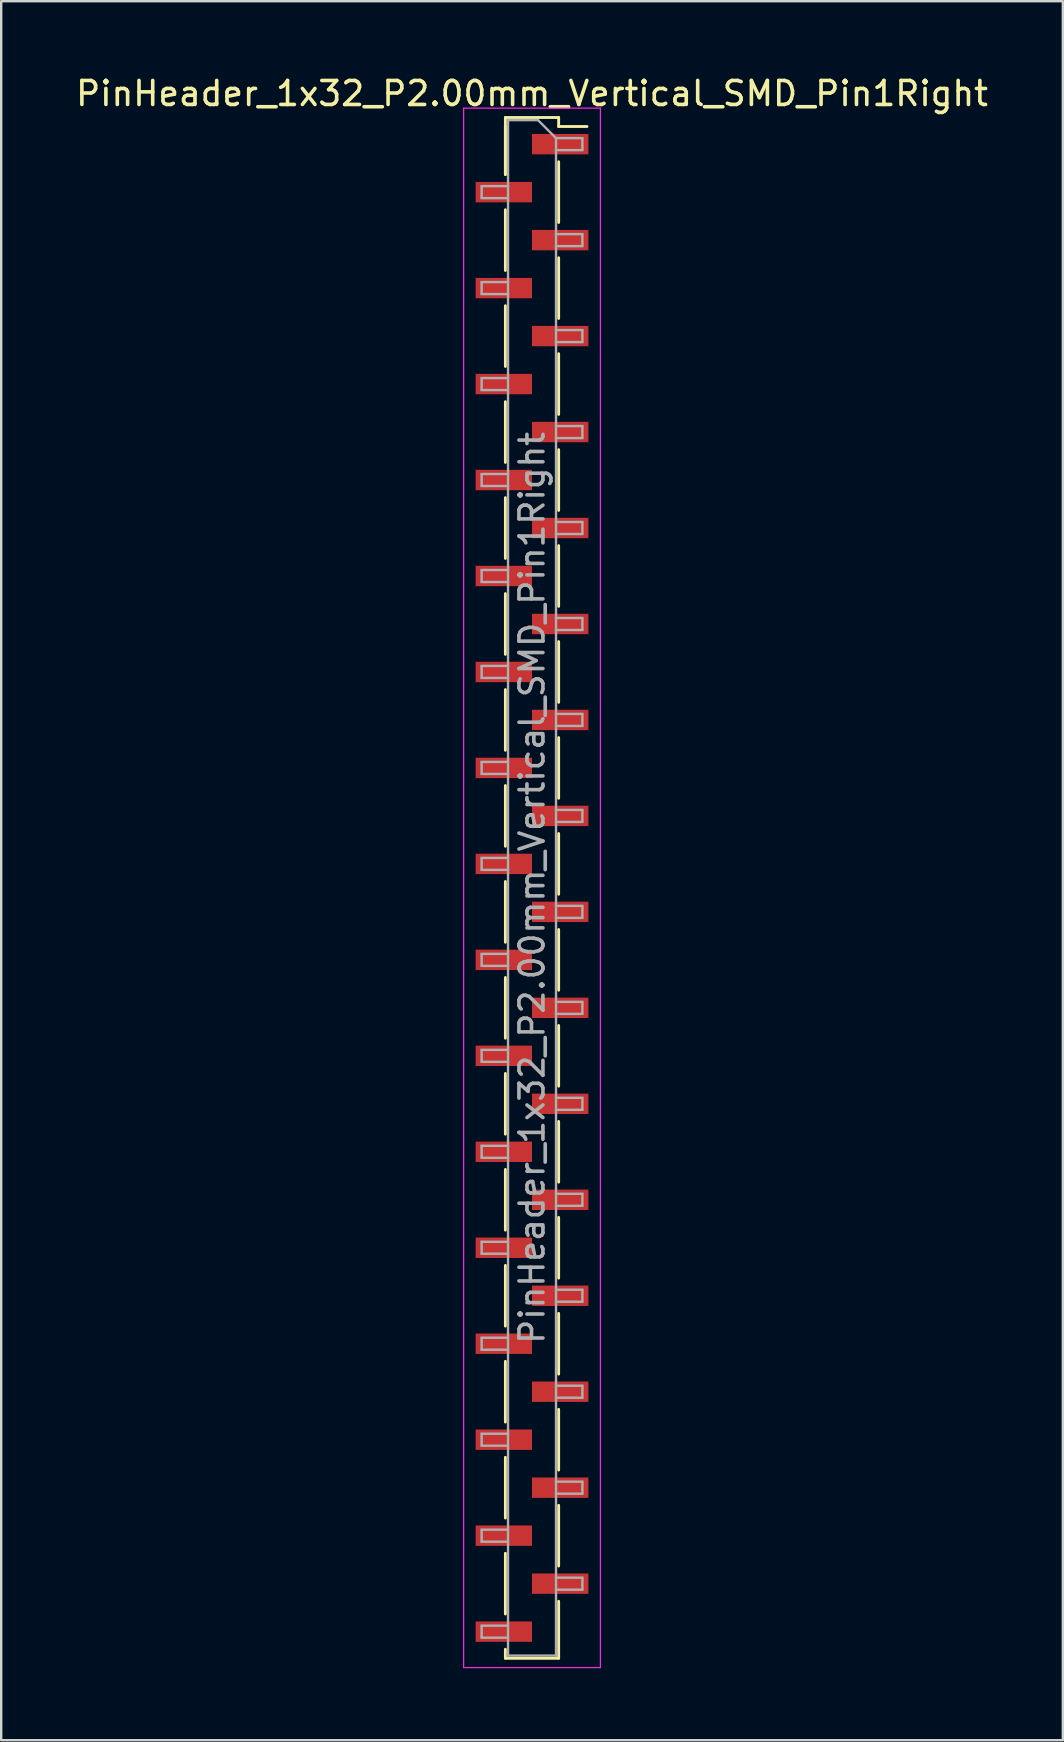
<source format=kicad_pcb>
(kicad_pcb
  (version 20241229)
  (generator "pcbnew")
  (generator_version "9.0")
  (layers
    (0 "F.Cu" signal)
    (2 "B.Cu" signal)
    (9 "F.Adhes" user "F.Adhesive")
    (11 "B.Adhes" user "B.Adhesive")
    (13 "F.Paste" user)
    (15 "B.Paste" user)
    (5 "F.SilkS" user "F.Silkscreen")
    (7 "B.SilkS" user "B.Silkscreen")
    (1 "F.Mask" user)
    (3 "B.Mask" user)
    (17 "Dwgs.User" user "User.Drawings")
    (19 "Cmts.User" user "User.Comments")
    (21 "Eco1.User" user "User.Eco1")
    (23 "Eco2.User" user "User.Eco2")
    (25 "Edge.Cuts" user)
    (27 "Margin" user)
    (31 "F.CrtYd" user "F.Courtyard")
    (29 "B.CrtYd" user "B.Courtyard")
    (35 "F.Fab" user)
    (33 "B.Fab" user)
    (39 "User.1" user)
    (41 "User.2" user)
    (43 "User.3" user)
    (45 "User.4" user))
  (footprint "PinHeader_1x32_P2.00mm_Vertical_SMD_Pin1Right"
    (layer "F.Cu")
    (at 19.125 33.958)
    (property "Reference" "PinHeader_1x32_P2.00mm_Vertical_SMD_Pin1Right" (at 0 -33.11 0) (layer "F.SilkS") (effects (font (size 1 1) (thickness 0.15))))
    (attr smd)
    (fp_line (start -1.11 -32.11) (end -1.11 -29.735) (stroke (width 0.12) (type solid)) (layer "F.SilkS"))
    (fp_line (start -1.11 -32.11) (end 1.11 -32.11) (stroke (width 0.12) (type solid)) (layer "F.SilkS"))
    (fp_line (start -1.11 -31.735) (end -1.11 -29.735) (stroke (width 0.12) (type solid)) (layer "F.SilkS"))
    (fp_line (start -1.11 -28.265) (end -1.11 -25.735) (stroke (width 0.12) (type solid)) (layer "F.SilkS"))
    (fp_line (start -1.11 -24.265) (end -1.11 -21.735) (stroke (width 0.12) (type solid)) (layer "F.SilkS"))
    (fp_line (start -1.11 -20.265) (end -1.11 -17.735) (stroke (width 0.12) (type solid)) (layer "F.SilkS"))
    (fp_line (start -1.11 -16.265) (end -1.11 -13.735) (stroke (width 0.12) (type solid)) (layer "F.SilkS"))
    (fp_line (start -1.11 -12.265) (end -1.11 -9.735) (stroke (width 0.12) (type solid)) (layer "F.SilkS"))
    (fp_line (start -1.11 -8.265) (end -1.11 -5.735) (stroke (width 0.12) (type solid)) (layer "F.SilkS"))
    (fp_line (start -1.11 -4.265) (end -1.11 -1.735) (stroke (width 0.12) (type solid)) (layer "F.SilkS"))
    (fp_line (start -1.11 -0.265) (end -1.11 2.265) (stroke (width 0.12) (type solid)) (layer "F.SilkS"))
    (fp_line (start -1.11 3.735) (end -1.11 6.265) (stroke (width 0.12) (type solid)) (layer "F.SilkS"))
    (fp_line (start -1.11 7.735) (end -1.11 10.265) (stroke (width 0.12) (type solid)) (layer "F.SilkS"))
    (fp_line (start -1.11 11.735) (end -1.11 14.265) (stroke (width 0.12) (type solid)) (layer "F.SilkS"))
    (fp_line (start -1.11 15.735) (end -1.11 18.265) (stroke (width 0.12) (type solid)) (layer "F.SilkS"))
    (fp_line (start -1.11 19.735) (end -1.11 22.265) (stroke (width 0.12) (type solid)) (layer "F.SilkS"))
    (fp_line (start -1.11 23.735) (end -1.11 26.265) (stroke (width 0.12) (type solid)) (layer "F.SilkS"))
    (fp_line (start -1.11 27.735) (end -1.11 30.265) (stroke (width 0.12) (type solid)) (layer "F.SilkS"))
    (fp_line (start -1.11 31.735) (end -1.11 32.11) (stroke (width 0.12) (type solid)) (layer "F.SilkS"))
    (fp_line (start -1.11 32.11) (end 1.11 32.11) (stroke (width 0.12) (type solid)) (layer "F.SilkS"))
    (fp_line (start 1.11 -32.11) (end 1.11 -31.735) (stroke (width 0.12) (type solid)) (layer "F.SilkS"))
    (fp_line (start 1.11 -31.735) (end 2.29 -31.735) (stroke (width 0.12) (type solid)) (layer "F.SilkS"))
    (fp_line (start 1.11 -30.265) (end 1.11 -27.735) (stroke (width 0.12) (type solid)) (layer "F.SilkS"))
    (fp_line (start 1.11 -26.265) (end 1.11 -23.735) (stroke (width 0.12) (type solid)) (layer "F.SilkS"))
    (fp_line (start 1.11 -22.265) (end 1.11 -19.735) (stroke (width 0.12) (type solid)) (layer "F.SilkS"))
    (fp_line (start 1.11 -18.265) (end 1.11 -15.735) (stroke (width 0.12) (type solid)) (layer "F.SilkS"))
    (fp_line (start 1.11 -14.265) (end 1.11 -11.735) (stroke (width 0.12) (type solid)) (layer "F.SilkS"))
    (fp_line (start 1.11 -10.265) (end 1.11 -7.735) (stroke (width 0.12) (type solid)) (layer "F.SilkS"))
    (fp_line (start 1.11 -6.265) (end 1.11 -3.735) (stroke (width 0.12) (type solid)) (layer "F.SilkS"))
    (fp_line (start 1.11 -2.265) (end 1.11 0.265) (stroke (width 0.12) (type solid)) (layer "F.SilkS"))
    (fp_line (start 1.11 1.735) (end 1.11 4.265) (stroke (width 0.12) (type solid)) (layer "F.SilkS"))
    (fp_line (start 1.11 5.735) (end 1.11 8.265) (stroke (width 0.12) (type solid)) (layer "F.SilkS"))
    (fp_line (start 1.11 9.735) (end 1.11 12.265) (stroke (width 0.12) (type solid)) (layer "F.SilkS"))
    (fp_line (start 1.11 13.735) (end 1.11 16.265) (stroke (width 0.12) (type solid)) (layer "F.SilkS"))
    (fp_line (start 1.11 17.735) (end 1.11 20.265) (stroke (width 0.12) (type solid)) (layer "F.SilkS"))
    (fp_line (start 1.11 21.735) (end 1.11 24.265) (stroke (width 0.12) (type solid)) (layer "F.SilkS"))
    (fp_line (start 1.11 25.735) (end 1.11 28.265) (stroke (width 0.12) (type solid)) (layer "F.SilkS"))
    (fp_line (start 1.11 29.735) (end 1.11 32.11) (stroke (width 0.12) (type solid)) (layer "F.SilkS"))
    (fp_line (start -2.85 -32.5) (end -2.85 32.5) (stroke (width 0.05) (type solid)) (layer "F.CrtYd"))
    (fp_line (start -2.85 32.5) (end 2.85 32.5) (stroke (width 0.05) (type solid)) (layer "F.CrtYd"))
    (fp_line (start 2.85 -32.5) (end -2.85 -32.5) (stroke (width 0.05) (type solid)) (layer "F.CrtYd"))
    (fp_line (start 2.85 32.5) (end 2.85 -32.5) (stroke (width 0.05) (type solid)) (layer "F.CrtYd"))
    (fp_line (start -2.1 -29.25) (end -2.1 -28.75) (stroke (width 0.1) (type solid)) (layer "F.Fab"))
    (fp_line (start -2.1 -28.75) (end -1 -28.75) (stroke (width 0.1) (type solid)) (layer "F.Fab"))
    (fp_line (start -2.1 -25.25) (end -2.1 -24.75) (stroke (width 0.1) (type solid)) (layer "F.Fab"))
    (fp_line (start -2.1 -24.75) (end -1 -24.75) (stroke (width 0.1) (type solid)) (layer "F.Fab"))
    (fp_line (start -2.1 -21.25) (end -2.1 -20.75) (stroke (width 0.1) (type solid)) (layer "F.Fab"))
    (fp_line (start -2.1 -20.75) (end -1 -20.75) (stroke (width 0.1) (type solid)) (layer "F.Fab"))
    (fp_line (start -2.1 -17.25) (end -2.1 -16.75) (stroke (width 0.1) (type solid)) (layer "F.Fab"))
    (fp_line (start -2.1 -16.75) (end -1 -16.75) (stroke (width 0.1) (type solid)) (layer "F.Fab"))
    (fp_line (start -2.1 -13.25) (end -2.1 -12.75) (stroke (width 0.1) (type solid)) (layer "F.Fab"))
    (fp_line (start -2.1 -12.75) (end -1 -12.75) (stroke (width 0.1) (type solid)) (layer "F.Fab"))
    (fp_line (start -2.1 -9.25) (end -2.1 -8.75) (stroke (width 0.1) (type solid)) (layer "F.Fab"))
    (fp_line (start -2.1 -8.75) (end -1 -8.75) (stroke (width 0.1) (type solid)) (layer "F.Fab"))
    (fp_line (start -2.1 -5.25) (end -2.1 -4.75) (stroke (width 0.1) (type solid)) (layer "F.Fab"))
    (fp_line (start -2.1 -4.75) (end -1 -4.75) (stroke (width 0.1) (type solid)) (layer "F.Fab"))
    (fp_line (start -2.1 -1.25) (end -2.1 -0.75) (stroke (width 0.1) (type solid)) (layer "F.Fab"))
    (fp_line (start -2.1 -0.75) (end -1 -0.75) (stroke (width 0.1) (type solid)) (layer "F.Fab"))
    (fp_line (start -2.1 2.75) (end -2.1 3.25) (stroke (width 0.1) (type solid)) (layer "F.Fab"))
    (fp_line (start -2.1 3.25) (end -1 3.25) (stroke (width 0.1) (type solid)) (layer "F.Fab"))
    (fp_line (start -2.1 6.75) (end -2.1 7.25) (stroke (width 0.1) (type solid)) (layer "F.Fab"))
    (fp_line (start -2.1 7.25) (end -1 7.25) (stroke (width 0.1) (type solid)) (layer "F.Fab"))
    (fp_line (start -2.1 10.75) (end -2.1 11.25) (stroke (width 0.1) (type solid)) (layer "F.Fab"))
    (fp_line (start -2.1 11.25) (end -1 11.25) (stroke (width 0.1) (type solid)) (layer "F.Fab"))
    (fp_line (start -2.1 14.75) (end -2.1 15.25) (stroke (width 0.1) (type solid)) (layer "F.Fab"))
    (fp_line (start -2.1 15.25) (end -1 15.25) (stroke (width 0.1) (type solid)) (layer "F.Fab"))
    (fp_line (start -2.1 18.75) (end -2.1 19.25) (stroke (width 0.1) (type solid)) (layer "F.Fab"))
    (fp_line (start -2.1 19.25) (end -1 19.25) (stroke (width 0.1) (type solid)) (layer "F.Fab"))
    (fp_line (start -2.1 22.75) (end -2.1 23.25) (stroke (width 0.1) (type solid)) (layer "F.Fab"))
    (fp_line (start -2.1 23.25) (end -1 23.25) (stroke (width 0.1) (type solid)) (layer "F.Fab"))
    (fp_line (start -2.1 26.75) (end -2.1 27.25) (stroke (width 0.1) (type solid)) (layer "F.Fab"))
    (fp_line (start -2.1 27.25) (end -1 27.25) (stroke (width 0.1) (type solid)) (layer "F.Fab"))
    (fp_line (start -2.1 30.75) (end -2.1 31.25) (stroke (width 0.1) (type solid)) (layer "F.Fab"))
    (fp_line (start -2.1 31.25) (end -1 31.25) (stroke (width 0.1) (type solid)) (layer "F.Fab"))
    (fp_line (start -1 -32) (end -1 32) (stroke (width 0.1) (type solid)) (layer "F.Fab"))
    (fp_line (start -1 -32) (end 0.25 -32) (stroke (width 0.1) (type solid)) (layer "F.Fab"))
    (fp_line (start -1 -29.25) (end -2.1 -29.25) (stroke (width 0.1) (type solid)) (layer "F.Fab"))
    (fp_line (start -1 -25.25) (end -2.1 -25.25) (stroke (width 0.1) (type solid)) (layer "F.Fab"))
    (fp_line (start -1 -21.25) (end -2.1 -21.25) (stroke (width 0.1) (type solid)) (layer "F.Fab"))
    (fp_line (start -1 -17.25) (end -2.1 -17.25) (stroke (width 0.1) (type solid)) (layer "F.Fab"))
    (fp_line (start -1 -13.25) (end -2.1 -13.25) (stroke (width 0.1) (type solid)) (layer "F.Fab"))
    (fp_line (start -1 -9.25) (end -2.1 -9.25) (stroke (width 0.1) (type solid)) (layer "F.Fab"))
    (fp_line (start -1 -5.25) (end -2.1 -5.25) (stroke (width 0.1) (type solid)) (layer "F.Fab"))
    (fp_line (start -1 -1.25) (end -2.1 -1.25) (stroke (width 0.1) (type solid)) (layer "F.Fab"))
    (fp_line (start -1 2.75) (end -2.1 2.75) (stroke (width 0.1) (type solid)) (layer "F.Fab"))
    (fp_line (start -1 6.75) (end -2.1 6.75) (stroke (width 0.1) (type solid)) (layer "F.Fab"))
    (fp_line (start -1 10.75) (end -2.1 10.75) (stroke (width 0.1) (type solid)) (layer "F.Fab"))
    (fp_line (start -1 14.75) (end -2.1 14.75) (stroke (width 0.1) (type solid)) (layer "F.Fab"))
    (fp_line (start -1 18.75) (end -2.1 18.75) (stroke (width 0.1) (type solid)) (layer "F.Fab"))
    (fp_line (start -1 22.75) (end -2.1 22.75) (stroke (width 0.1) (type solid)) (layer "F.Fab"))
    (fp_line (start -1 26.75) (end -2.1 26.75) (stroke (width 0.1) (type solid)) (layer "F.Fab"))
    (fp_line (start -1 30.75) (end -2.1 30.75) (stroke (width 0.1) (type solid)) (layer "F.Fab"))
    (fp_line (start 1 -31.25) (end 0.25 -32) (stroke (width 0.1) (type solid)) (layer "F.Fab"))
    (fp_line (start 1 -31.25) (end 2.1 -31.25) (stroke (width 0.1) (type solid)) (layer "F.Fab"))
    (fp_line (start 1 -27.25) (end 2.1 -27.25) (stroke (width 0.1) (type solid)) (layer "F.Fab"))
    (fp_line (start 1 -23.25) (end 2.1 -23.25) (stroke (width 0.1) (type solid)) (layer "F.Fab"))
    (fp_line (start 1 -19.25) (end 2.1 -19.25) (stroke (width 0.1) (type solid)) (layer "F.Fab"))
    (fp_line (start 1 -15.25) (end 2.1 -15.25) (stroke (width 0.1) (type solid)) (layer "F.Fab"))
    (fp_line (start 1 -11.25) (end 2.1 -11.25) (stroke (width 0.1) (type solid)) (layer "F.Fab"))
    (fp_line (start 1 -7.25) (end 2.1 -7.25) (stroke (width 0.1) (type solid)) (layer "F.Fab"))
    (fp_line (start 1 -3.25) (end 2.1 -3.25) (stroke (width 0.1) (type solid)) (layer "F.Fab"))
    (fp_line (start 1 0.75) (end 2.1 0.75) (stroke (width 0.1) (type solid)) (layer "F.Fab"))
    (fp_line (start 1 4.75) (end 2.1 4.75) (stroke (width 0.1) (type solid)) (layer "F.Fab"))
    (fp_line (start 1 8.75) (end 2.1 8.75) (stroke (width 0.1) (type solid)) (layer "F.Fab"))
    (fp_line (start 1 12.75) (end 2.1 12.75) (stroke (width 0.1) (type solid)) (layer "F.Fab"))
    (fp_line (start 1 16.75) (end 2.1 16.75) (stroke (width 0.1) (type solid)) (layer "F.Fab"))
    (fp_line (start 1 20.75) (end 2.1 20.75) (stroke (width 0.1) (type solid)) (layer "F.Fab"))
    (fp_line (start 1 24.75) (end 2.1 24.75) (stroke (width 0.1) (type solid)) (layer "F.Fab"))
    (fp_line (start 1 28.75) (end 2.1 28.75) (stroke (width 0.1) (type solid)) (layer "F.Fab"))
    (fp_line (start 1 32) (end -1 32) (stroke (width 0.1) (type solid)) (layer "F.Fab"))
    (fp_line (start 1 32) (end 1 -31.25) (stroke (width 0.1) (type solid)) (layer "F.Fab"))
    (fp_line (start 2.1 -31.25) (end 2.1 -30.75) (stroke (width 0.1) (type solid)) (layer "F.Fab"))
    (fp_line (start 2.1 -30.75) (end 1 -30.75) (stroke (width 0.1) (type solid)) (layer "F.Fab"))
    (fp_line (start 2.1 -27.25) (end 2.1 -26.75) (stroke (width 0.1) (type solid)) (layer "F.Fab"))
    (fp_line (start 2.1 -26.75) (end 1 -26.75) (stroke (width 0.1) (type solid)) (layer "F.Fab"))
    (fp_line (start 2.1 -23.25) (end 2.1 -22.75) (stroke (width 0.1) (type solid)) (layer "F.Fab"))
    (fp_line (start 2.1 -22.75) (end 1 -22.75) (stroke (width 0.1) (type solid)) (layer "F.Fab"))
    (fp_line (start 2.1 -19.25) (end 2.1 -18.75) (stroke (width 0.1) (type solid)) (layer "F.Fab"))
    (fp_line (start 2.1 -18.75) (end 1 -18.75) (stroke (width 0.1) (type solid)) (layer "F.Fab"))
    (fp_line (start 2.1 -15.25) (end 2.1 -14.75) (stroke (width 0.1) (type solid)) (layer "F.Fab"))
    (fp_line (start 2.1 -14.75) (end 1 -14.75) (stroke (width 0.1) (type solid)) (layer "F.Fab"))
    (fp_line (start 2.1 -11.25) (end 2.1 -10.75) (stroke (width 0.1) (type solid)) (layer "F.Fab"))
    (fp_line (start 2.1 -10.75) (end 1 -10.75) (stroke (width 0.1) (type solid)) (layer "F.Fab"))
    (fp_line (start 2.1 -7.25) (end 2.1 -6.75) (stroke (width 0.1) (type solid)) (layer "F.Fab"))
    (fp_line (start 2.1 -6.75) (end 1 -6.75) (stroke (width 0.1) (type solid)) (layer "F.Fab"))
    (fp_line (start 2.1 -3.25) (end 2.1 -2.75) (stroke (width 0.1) (type solid)) (layer "F.Fab"))
    (fp_line (start 2.1 -2.75) (end 1 -2.75) (stroke (width 0.1) (type solid)) (layer "F.Fab"))
    (fp_line (start 2.1 0.75) (end 2.1 1.25) (stroke (width 0.1) (type solid)) (layer "F.Fab"))
    (fp_line (start 2.1 1.25) (end 1 1.25) (stroke (width 0.1) (type solid)) (layer "F.Fab"))
    (fp_line (start 2.1 4.75) (end 2.1 5.25) (stroke (width 0.1) (type solid)) (layer "F.Fab"))
    (fp_line (start 2.1 5.25) (end 1 5.25) (stroke (width 0.1) (type solid)) (layer "F.Fab"))
    (fp_line (start 2.1 8.75) (end 2.1 9.25) (stroke (width 0.1) (type solid)) (layer "F.Fab"))
    (fp_line (start 2.1 9.25) (end 1 9.25) (stroke (width 0.1) (type solid)) (layer "F.Fab"))
    (fp_line (start 2.1 12.75) (end 2.1 13.25) (stroke (width 0.1) (type solid)) (layer "F.Fab"))
    (fp_line (start 2.1 13.25) (end 1 13.25) (stroke (width 0.1) (type solid)) (layer "F.Fab"))
    (fp_line (start 2.1 16.75) (end 2.1 17.25) (stroke (width 0.1) (type solid)) (layer "F.Fab"))
    (fp_line (start 2.1 17.25) (end 1 17.25) (stroke (width 0.1) (type solid)) (layer "F.Fab"))
    (fp_line (start 2.1 20.75) (end 2.1 21.25) (stroke (width 0.1) (type solid)) (layer "F.Fab"))
    (fp_line (start 2.1 21.25) (end 1 21.25) (stroke (width 0.1) (type solid)) (layer "F.Fab"))
    (fp_line (start 2.1 24.75) (end 2.1 25.25) (stroke (width 0.1) (type solid)) (layer "F.Fab"))
    (fp_line (start 2.1 25.25) (end 1 25.25) (stroke (width 0.1) (type solid)) (layer "F.Fab"))
    (fp_line (start 2.1 28.75) (end 2.1 29.25) (stroke (width 0.1) (type solid)) (layer "F.Fab"))
    (fp_line (start 2.1 29.25) (end 1 29.25) (stroke (width 0.1) (type solid)) (layer "F.Fab"))
    (fp_text user "${REFERENCE}" (at 0 0 90) (layer "F.Fab") (effects (font (size 1 1) (thickness 0.15))))
    (pad "1" smd rect (at 1.175 -31) (size 2.35 0.85) (layers "F.Cu" "F.Mask" "F.Paste"))
    (pad "2" smd rect (at -1.175 -29) (size 2.35 0.85) (layers "F.Cu" "F.Mask" "F.Paste"))
    (pad "3" smd rect (at 1.175 -27) (size 2.35 0.85) (layers "F.Cu" "F.Mask" "F.Paste"))
    (pad "4" smd rect (at -1.175 -25) (size 2.35 0.85) (layers "F.Cu" "F.Mask" "F.Paste"))
    (pad "5" smd rect (at 1.175 -23) (size 2.35 0.85) (layers "F.Cu" "F.Mask" "F.Paste"))
    (pad "6" smd rect (at -1.175 -21) (size 2.35 0.85) (layers "F.Cu" "F.Mask" "F.Paste"))
    (pad "7" smd rect (at 1.175 -19) (size 2.35 0.85) (layers "F.Cu" "F.Mask" "F.Paste"))
    (pad "8" smd rect (at -1.175 -17) (size 2.35 0.85) (layers "F.Cu" "F.Mask" "F.Paste"))
    (pad "9" smd rect (at 1.175 -15) (size 2.35 0.85) (layers "F.Cu" "F.Mask" "F.Paste"))
    (pad "10" smd rect (at -1.175 -13) (size 2.35 0.85) (layers "F.Cu" "F.Mask" "F.Paste"))
    (pad "11" smd rect (at 1.175 -11) (size 2.35 0.85) (layers "F.Cu" "F.Mask" "F.Paste"))
    (pad "12" smd rect (at -1.175 -9) (size 2.35 0.85) (layers "F.Cu" "F.Mask" "F.Paste"))
    (pad "13" smd rect (at 1.175 -7) (size 2.35 0.85) (layers "F.Cu" "F.Mask" "F.Paste"))
    (pad "14" smd rect (at -1.175 -5) (size 2.35 0.85) (layers "F.Cu" "F.Mask" "F.Paste"))
    (pad "15" smd rect (at 1.175 -3) (size 2.35 0.85) (layers "F.Cu" "F.Mask" "F.Paste"))
    (pad "16" smd rect (at -1.175 -1) (size 2.35 0.85) (layers "F.Cu" "F.Mask" "F.Paste"))
    (pad "17" smd rect (at 1.175 1) (size 2.35 0.85) (layers "F.Cu" "F.Mask" "F.Paste"))
    (pad "18" smd rect (at -1.175 3) (size 2.35 0.85) (layers "F.Cu" "F.Mask" "F.Paste"))
    (pad "19" smd rect (at 1.175 5) (size 2.35 0.85) (layers "F.Cu" "F.Mask" "F.Paste"))
    (pad "20" smd rect (at -1.175 7) (size 2.35 0.85) (layers "F.Cu" "F.Mask" "F.Paste"))
    (pad "21" smd rect (at 1.175 9) (size 2.35 0.85) (layers "F.Cu" "F.Mask" "F.Paste"))
    (pad "22" smd rect (at -1.175 11) (size 2.35 0.85) (layers "F.Cu" "F.Mask" "F.Paste"))
    (pad "23" smd rect (at 1.175 13) (size 2.35 0.85) (layers "F.Cu" "F.Mask" "F.Paste"))
    (pad "24" smd rect (at -1.175 15) (size 2.35 0.85) (layers "F.Cu" "F.Mask" "F.Paste"))
    (pad "25" smd rect (at 1.175 17) (size 2.35 0.85) (layers "F.Cu" "F.Mask" "F.Paste"))
    (pad "26" smd rect (at -1.175 19) (size 2.35 0.85) (layers "F.Cu" "F.Mask" "F.Paste"))
    (pad "27" smd rect (at 1.175 21) (size 2.35 0.85) (layers "F.Cu" "F.Mask" "F.Paste"))
    (pad "28" smd rect (at -1.175 23) (size 2.35 0.85) (layers "F.Cu" "F.Mask" "F.Paste"))
    (pad "29" smd rect (at 1.175 25) (size 2.35 0.85) (layers "F.Cu" "F.Mask" "F.Paste"))
    (pad "30" smd rect (at -1.175 27) (size 2.35 0.85) (layers "F.Cu" "F.Mask" "F.Paste"))
    (pad "31" smd rect (at 1.175 29) (size 2.35 0.85) (layers "F.Cu" "F.Mask" "F.Paste"))
    (pad "32" smd rect (at -1.175 31) (size 2.35 0.85) (layers "F.Cu" "F.Mask" "F.Paste")))
  (gr_rect
    (start -3 -3)
    (end 41.25 69.483)
    (stroke (width 0.1) (type default))
    (fill no)
    (layer "Edge.Cuts")))
</source>
